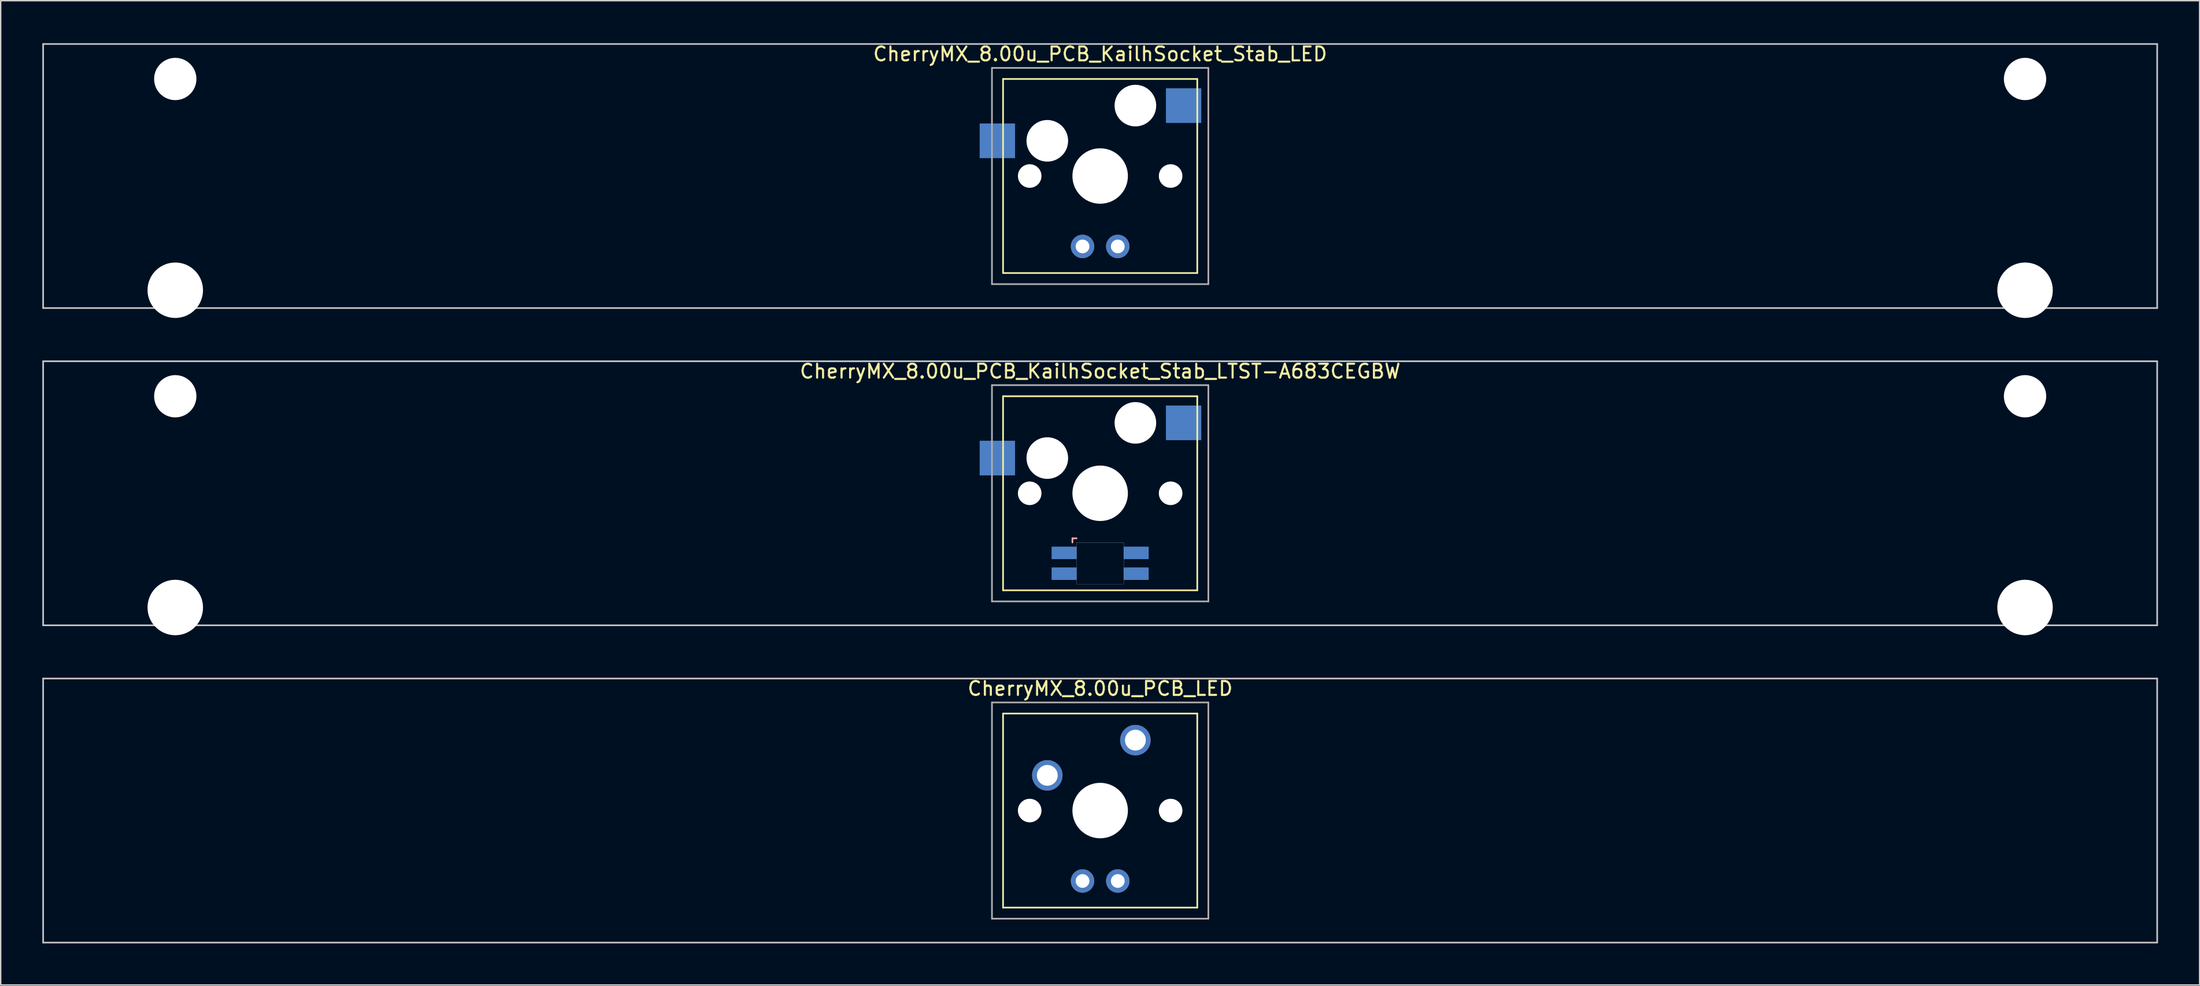
<source format=kicad_pcb>
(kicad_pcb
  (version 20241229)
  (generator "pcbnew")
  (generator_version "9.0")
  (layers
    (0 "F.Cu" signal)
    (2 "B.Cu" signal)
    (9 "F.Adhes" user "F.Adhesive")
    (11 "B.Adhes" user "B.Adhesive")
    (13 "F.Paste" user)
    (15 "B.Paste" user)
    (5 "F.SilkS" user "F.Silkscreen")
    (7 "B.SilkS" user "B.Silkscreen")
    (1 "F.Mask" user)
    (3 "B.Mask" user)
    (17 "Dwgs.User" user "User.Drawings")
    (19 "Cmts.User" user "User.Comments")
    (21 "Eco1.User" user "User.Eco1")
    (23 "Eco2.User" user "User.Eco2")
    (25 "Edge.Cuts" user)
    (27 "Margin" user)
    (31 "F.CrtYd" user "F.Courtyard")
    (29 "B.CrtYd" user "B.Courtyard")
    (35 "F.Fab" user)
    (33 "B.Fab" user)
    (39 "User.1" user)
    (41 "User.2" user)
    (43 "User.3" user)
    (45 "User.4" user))
  (footprint "CherryMX_8.00u_PCB_KailhSocket_Stab_LTST-A683CEGBW"
    (layer "F.Cu")
    (at 76.26 32.536)
    (property "Reference" "CherryMX_8.00u_PCB_KailhSocket_Stab_LTST-A683CEGBW" (at 0 -8.8 0) (layer "F.SilkS") (effects (font (size 1 1) (thickness 0.15))))
    (attr through_hole)
    (fp_line (start -7 -7) (end -7 7) (stroke (width 0.12) (type solid)) (layer "F.SilkS"))
    (fp_line (start -7 -7) (end 7 -7) (stroke (width 0.12) (type solid)) (layer "F.SilkS"))
    (fp_line (start 7 -7) (end 7 7) (stroke (width 0.12) (type solid)) (layer "F.SilkS"))
    (fp_line (start 7 7) (end -7 7) (stroke (width 0.12) (type solid)) (layer "F.SilkS"))
    (fp_line (start -2 3.25) (end -2 3.55) (stroke (width 0.12) (type solid)) (layer "B.SilkS"))
    (fp_line (start -1.7 3.25) (end -2 3.25) (stroke (width 0.12) (type solid)) (layer "B.SilkS"))
    (fp_line (start -76.2 -9.525) (end 76.2 -9.525) (stroke (width 0.12) (type solid)) (layer "Dwgs.User"))
    (fp_line (start -76.2 9.525) (end -76.2 -9.525) (stroke (width 0.12) (type solid)) (layer "Dwgs.User"))
    (fp_line (start 76.2 -9.525) (end 76.2 9.525) (stroke (width 0.12) (type solid)) (layer "Dwgs.User"))
    (fp_line (start 76.2 9.525) (end -76.2 9.525) (stroke (width 0.12) (type solid)) (layer "Dwgs.User"))
    (fp_poly (pts (xy 1.7 6.55) (xy -1.7 6.55) (xy -1.7 3.55) (xy 1.7 3.55)) (stroke (width 0.01) (type solid)) (fill no) (layer "Edge.Cuts"))
    (fp_line (start -7.8 -7.8) (end -7.8 7.8) (stroke (width 0.12) (type solid)) (layer "F.Fab"))
    (fp_line (start -7.8 -7.8) (end 7.8 -7.8) (stroke (width 0.12) (type solid)) (layer "F.Fab"))
    (fp_line (start -7.8 7.8) (end 7.8 7.8) (stroke (width 0.12) (type solid)) (layer "F.Fab"))
    (fp_line (start 7.8 -7.8) (end 7.8 7.8) (stroke (width 0.12) (type solid)) (layer "F.Fab"))
    (pad "" np_thru_hole circle (at -66.675 -7) (size 3.05 3.05) (drill 3.05) (layers "*.Cu" "*.Mask"))
    (pad "" np_thru_hole circle (at -66.675 8.24) (size 4 4) (drill 4) (layers "*.Cu" "*.Mask"))
    (pad "" np_thru_hole circle (at -5.08 0) (size 1.7 1.7) (drill 1.7) (layers "*.Cu" "*.Mask"))
    (pad "" np_thru_hole circle (at -3.81 -2.54) (size 3 3) (drill 3) (layers "*.Cu" "*.Mask"))
    (pad "" np_thru_hole circle (at 0 0) (size 4 4) (drill 4) (layers "*.Cu" "*.Mask"))
    (pad "" np_thru_hole circle (at 2.54 -5.08) (size 3 3) (drill 3) (layers "*.Cu" "*.Mask"))
    (pad "" np_thru_hole circle (at 5.08 0) (size 1.7 1.7) (drill 1.7) (layers "*.Cu" "*.Mask"))
    (pad "" np_thru_hole circle (at 66.675 -7) (size 3.05 3.05) (drill 3.05) (layers "*.Cu" "*.Mask"))
    (pad "" np_thru_hole circle (at 66.675 8.24) (size 4 4) (drill 4) (layers "*.Cu" "*.Mask"))
    (pad "1" smd rect (at -7.41 -2.54) (size 2.55 2.5) (layers "B.Cu" "B.Mask" "B.Paste"))
    (pad "2" smd rect (at 6.015 -5.08) (size 2.55 2.5) (layers "B.Cu" "B.Mask" "B.Paste"))
    (pad "3" smd rect (at -2.6 4.3) (size 1.8 0.9) (layers "B.Cu" "B.Mask" "B.Paste"))
    (pad "4" smd rect (at -2.6 5.8) (size 1.8 0.9) (layers "B.Cu" "B.Mask" "B.Paste"))
    (pad "5" smd rect (at 2.6 4.3) (size 1.8 0.9) (layers "B.Cu" "B.Mask" "B.Paste"))
    (pad "6" smd rect (at 2.6 5.8) (size 1.8 0.9) (layers "B.Cu" "B.Mask" "B.Paste")))
  (footprint "CherryMX_8.00u_PCB_KailhSocket_Stab_LED"
    (layer "F.Cu")
    (at 76.26 9.648)
    (property "Reference" "CherryMX_8.00u_PCB_KailhSocket_Stab_LED" (at 0 -8.8 0) (layer "F.SilkS") (effects (font (size 1 1) (thickness 0.15))))
    (attr through_hole)
    (fp_line (start -7 -7) (end -7 7) (stroke (width 0.12) (type solid)) (layer "F.SilkS"))
    (fp_line (start -7 -7) (end 7 -7) (stroke (width 0.12) (type solid)) (layer "F.SilkS"))
    (fp_line (start 7 -7) (end 7 7) (stroke (width 0.12) (type solid)) (layer "F.SilkS"))
    (fp_line (start 7 7) (end -7 7) (stroke (width 0.12) (type solid)) (layer "F.SilkS"))
    (fp_line (start -76.2 -9.525) (end 76.2 -9.525) (stroke (width 0.12) (type solid)) (layer "Dwgs.User"))
    (fp_line (start -76.2 9.525) (end -76.2 -9.525) (stroke (width 0.12) (type solid)) (layer "Dwgs.User"))
    (fp_line (start 76.2 -9.525) (end 76.2 9.525) (stroke (width 0.12) (type solid)) (layer "Dwgs.User"))
    (fp_line (start 76.2 9.525) (end -76.2 9.525) (stroke (width 0.12) (type solid)) (layer "Dwgs.User"))
    (fp_line (start -7.8 -7.8) (end -7.8 7.8) (stroke (width 0.12) (type solid)) (layer "F.Fab"))
    (fp_line (start -7.8 -7.8) (end 7.8 -7.8) (stroke (width 0.12) (type solid)) (layer "F.Fab"))
    (fp_line (start -7.8 7.8) (end 7.8 7.8) (stroke (width 0.12) (type solid)) (layer "F.Fab"))
    (fp_line (start 7.8 -7.8) (end 7.8 7.8) (stroke (width 0.12) (type solid)) (layer "F.Fab"))
    (pad "" np_thru_hole circle (at -66.675 -7) (size 3.05 3.05) (drill 3.05) (layers "*.Cu" "*.Mask"))
    (pad "" np_thru_hole circle (at -66.675 8.24) (size 4 4) (drill 4) (layers "*.Cu" "*.Mask"))
    (pad "" np_thru_hole circle (at -5.08 0) (size 1.7 1.7) (drill 1.7) (layers "*.Cu" "*.Mask"))
    (pad "" np_thru_hole circle (at -3.81 -2.54) (size 3 3) (drill 3) (layers "*.Cu" "*.Mask"))
    (pad "" np_thru_hole circle (at 0 0) (size 4 4) (drill 4) (layers "*.Cu" "*.Mask"))
    (pad "" np_thru_hole circle (at 2.54 -5.08) (size 3 3) (drill 3) (layers "*.Cu" "*.Mask"))
    (pad "" np_thru_hole circle (at 5.08 0) (size 1.7 1.7) (drill 1.7) (layers "*.Cu" "*.Mask"))
    (pad "" np_thru_hole circle (at 66.675 -7) (size 3.05 3.05) (drill 3.05) (layers "*.Cu" "*.Mask"))
    (pad "" np_thru_hole circle (at 66.675 8.24) (size 4 4) (drill 4) (layers "*.Cu" "*.Mask"))
    (pad "1" smd rect (at -7.41 -2.54) (size 2.55 2.5) (layers "B.Cu" "B.Mask" "B.Paste"))
    (pad "2" smd rect (at 6.015 -5.08) (size 2.55 2.5) (layers "B.Cu" "B.Mask" "B.Paste"))
    (pad "3" thru_hole circle (at -1.27 5.08) (size 1.691 1.691) (drill 0.991) (layers "*.Cu" "*.Mask"))
    (pad "4" thru_hole circle (at 1.27 5.08) (size 1.691 1.691) (drill 0.991) (layers "*.Cu" "*.Mask")))
  (footprint "CherryMX_8.00u_PCB_LED"
    (layer "F.Cu")
    (at 76.26 55.425)
    (property "Reference" "CherryMX_8.00u_PCB_LED" (at 0 -8.8 0) (layer "F.SilkS") (effects (font (size 1 1) (thickness 0.15))))
    (attr through_hole)
    (fp_line (start -7 -7) (end -7 7) (stroke (width 0.12) (type solid)) (layer "F.SilkS"))
    (fp_line (start -7 -7) (end 7 -7) (stroke (width 0.12) (type solid)) (layer "F.SilkS"))
    (fp_line (start 7 -7) (end 7 7) (stroke (width 0.12) (type solid)) (layer "F.SilkS"))
    (fp_line (start 7 7) (end -7 7) (stroke (width 0.12) (type solid)) (layer "F.SilkS"))
    (fp_line (start -76.2 -9.525) (end 76.2 -9.525) (stroke (width 0.12) (type solid)) (layer "Dwgs.User"))
    (fp_line (start -76.2 9.525) (end -76.2 -9.525) (stroke (width 0.12) (type solid)) (layer "Dwgs.User"))
    (fp_line (start 76.2 -9.525) (end 76.2 9.525) (stroke (width 0.12) (type solid)) (layer "Dwgs.User"))
    (fp_line (start 76.2 9.525) (end -76.2 9.525) (stroke (width 0.12) (type solid)) (layer "Dwgs.User"))
    (fp_line (start -7.8 -7.8) (end -7.8 7.8) (stroke (width 0.12) (type solid)) (layer "F.Fab"))
    (fp_line (start -7.8 -7.8) (end 7.8 -7.8) (stroke (width 0.12) (type solid)) (layer "F.Fab"))
    (fp_line (start -7.8 7.8) (end 7.8 7.8) (stroke (width 0.12) (type solid)) (layer "F.Fab"))
    (fp_line (start 7.8 -7.8) (end 7.8 7.8) (stroke (width 0.12) (type solid)) (layer "F.Fab"))
    (pad "" np_thru_hole circle (at -5.08 0) (size 1.7 1.7) (drill 1.7) (layers "*.Cu" "*.Mask"))
    (pad "" np_thru_hole circle (at 0 0) (size 4 4) (drill 4) (layers "*.Cu" "*.Mask"))
    (pad "" np_thru_hole circle (at 5.08 0) (size 1.7 1.7) (drill 1.7) (layers "*.Cu" "*.Mask"))
    (pad "1" thru_hole circle (at -3.81 -2.54) (size 2.2 2.2) (drill 1.5) (layers "*.Cu" "*.Mask"))
    (pad "2" thru_hole circle (at 2.54 -5.08) (size 2.2 2.2) (drill 1.5) (layers "*.Cu" "*.Mask"))
    (pad "3" thru_hole circle (at -1.27 5.08) (size 1.691 1.691) (drill 0.991) (layers "*.Cu" "*.Mask"))
    (pad "4" thru_hole circle (at 1.27 5.08) (size 1.691 1.691) (drill 0.991) (layers "*.Cu" "*.Mask")))
  (gr_rect
    (start -3 -3)
    (end 155.52 68.01)
    (stroke (width 0.1) (type default))
    (fill no)
    (layer "Edge.Cuts")))
</source>
